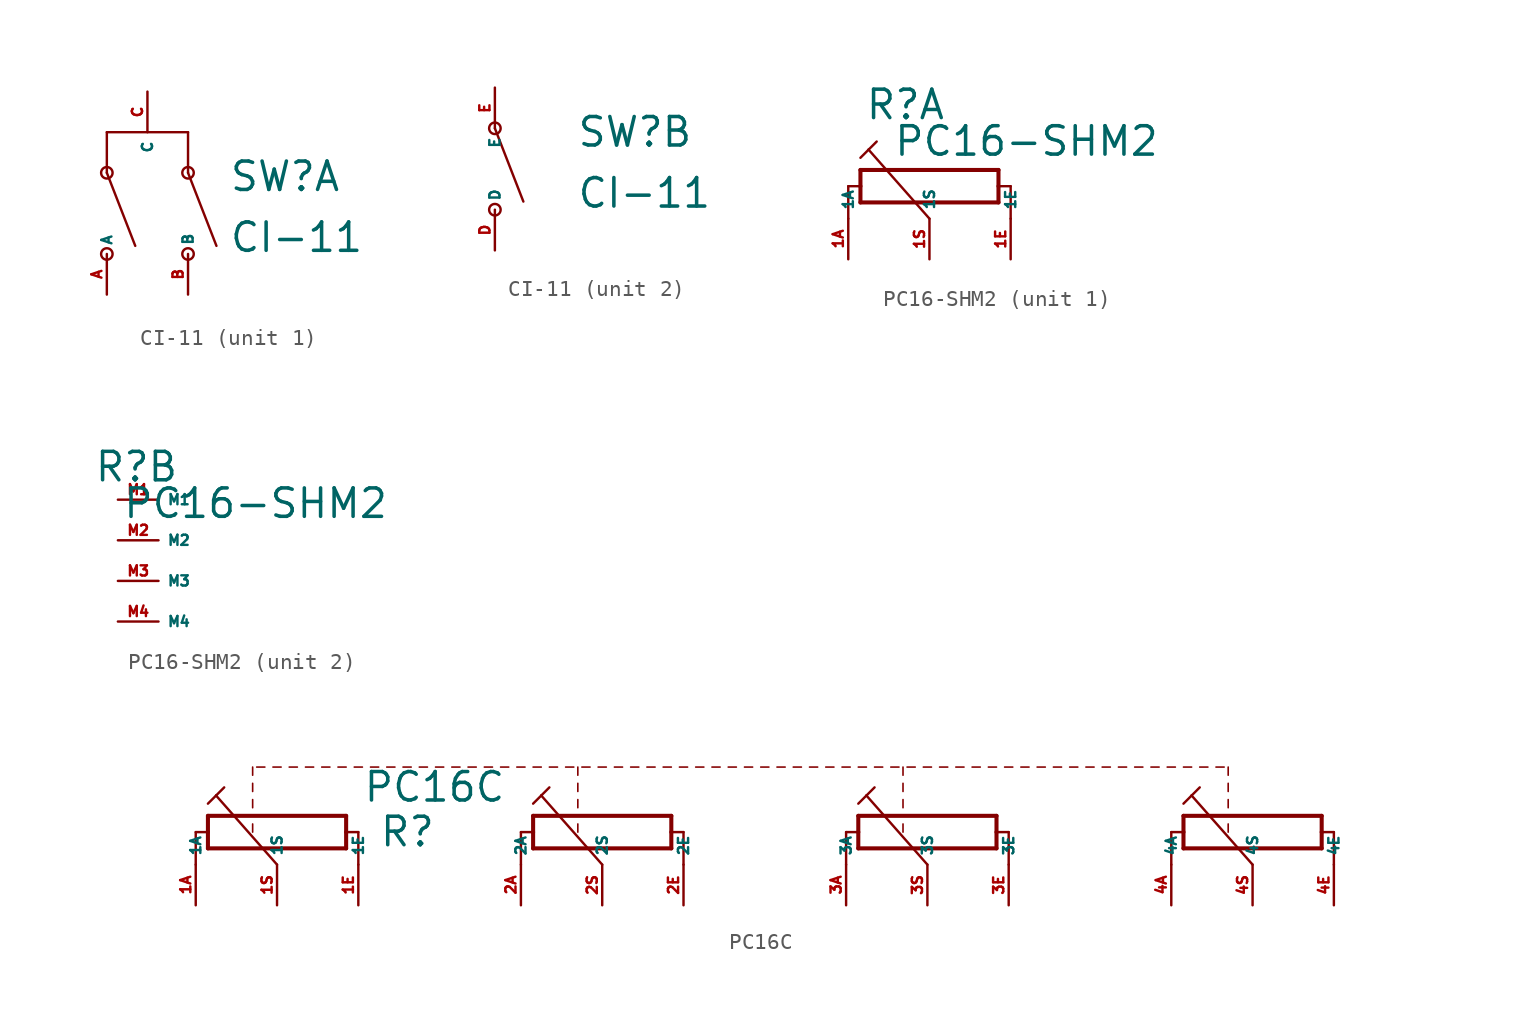
<source format=kicad_sym>
(kicad_symbol_lib
  (version 20220914)
  (generator Eagle2Kicad)
  (symbol "CI-11"
    (property "Reference" "SW"
      (at 5.08 1.27 0)
      (effects (font (size 1.778 1.778) (thickness 0.22)) (justify left bottom)))
    (property "Value" "CI-11"
      (at 5.08 -2.54 0)
      (effects (font (size 1.778 1.778) (thickness 0.22)) (justify left bottom)))
    (symbol "CI-11_1_0"
      (polyline (pts (xy -2.54 5.08) (xy -2.54 2.54)) (stroke (width 0.152) (type default)) (fill (type none)))
      (polyline (pts (xy -2.54 5.08) (xy 2.54 5.08)) (stroke (width 0.152) (type default)) (fill (type none)))
      (polyline (pts (xy 2.54 5.08) (xy 2.54 2.54)) (stroke (width 0.152) (type default)) (fill (type none)))
      (polyline (pts (xy -2.54 2.54) (xy -0.762 -2.032)) (stroke (width 0.152) (type default)) (fill (type none)))
      (polyline (pts (xy 2.54 2.54) (xy 4.318 -2.032)) (stroke (width 0.152) (type default)) (fill (type none)))
      (circle (center -2.54 -2.54) (radius 0.359) (stroke (width 0) (type default)) (fill (type none)))
      (circle (center 2.54 -2.54) (radius 0.359) (stroke (width 0) (type default)) (fill (type none)))
      (circle (center 2.54 2.54) (radius 0.359) (stroke (width 0) (type default)) (fill (type none)))
      (circle (center -2.54 2.54) (radius 0.359) (stroke (width 0) (type default)) (fill (type none)))
      (pin passive line (at -2.54 -5.08 90) (length 2.54) (name "A" (effects (font (size 0.635 0.635) (thickness 0.08)) (justify left bottom))) (number "A" (effects (font (size 0.635 0.635) (thickness 0.08)) (justify left bottom))))
      (pin passive line (at 2.54 -5.08 90) (length 2.54) (name "B" (effects (font (size 0.635 0.635) (thickness 0.08)) (justify left bottom))) (number "B" (effects (font (size 0.635 0.635) (thickness 0.08)) (justify left bottom))))
      (pin passive line (at 0 7.62 270) (length 2.54) (name "C" (effects (font (size 0.635 0.635) (thickness 0.08)) (justify left bottom))) (number "C" (effects (font (size 0.635 0.635) (thickness 0.08)) (justify left bottom)))))
    (symbol "CI-11_2_0"
      (polyline (pts (xy 0 2.54) (xy 1.778 -2.032)) (stroke (width 0.152) (type default)) (fill (type none)))
      (circle (center 0 -2.54) (radius 0.359) (stroke (width 0) (type default)) (fill (type none)))
      (circle (center 0 2.54) (radius 0.359) (stroke (width 0) (type default)) (fill (type none)))
      (pin passive line (at 0 -5.08 90) (length 2.54) (name "D" (effects (font (size 0.635 0.635) (thickness 0.08)) (justify left bottom))) (number "D" (effects (font (size 0.635 0.635) (thickness 0.08)) (justify left bottom))))
      (pin passive line (at 0 5.08 270) (length 2.54) (name "E" (effects (font (size 0.635 0.635) (thickness 0.08)) (justify left bottom))) (number "E" (effects (font (size 0.635 0.635) (thickness 0.08)) (justify left bottom))))))
  (symbol "PC16-SHM2"
    (property "Reference" "R"
      (at -4.064 3.556 0)
      (effects (font (size 1.778 1.778) (thickness 0.22)) (justify left bottom)))
    (property "Value" "PC16-SHM2"
      (at -2.286 1.27 0)
      (effects (font (size 1.778 1.778) (thickness 0.22)) (justify left bottom)))
    (symbol "PC16-SHM2_1_0"
      (polyline (pts (xy -4.318 -1.524) (xy -4.318 -0.508)) (stroke (width 0.254) (type default)) (fill (type none)))
      (polyline (pts (xy -4.318 -0.508) (xy -4.318 0.508)) (stroke (width 0.254) (type default)) (fill (type none)))
      (polyline (pts (xy -4.318 0.508) (xy 4.318 0.508)) (stroke (width 0.254) (type default)) (fill (type none)))
      (polyline (pts (xy 4.318 0.508) (xy 4.318 -0.508)) (stroke (width 0.254) (type default)) (fill (type none)))
      (polyline (pts (xy 4.318 -0.508) (xy 4.318 -1.524)) (stroke (width 0.254) (type default)) (fill (type none)))
      (polyline (pts (xy 4.318 -1.524) (xy -4.318 -1.524)) (stroke (width 0.254) (type default)) (fill (type none)))
      (polyline (pts (xy -5.08 -2.54) (xy -5.08 -0.508)) (stroke (width 0.152) (type default)) (fill (type none)))
      (polyline (pts (xy -5.08 -0.508) (xy -4.318 -0.508)) (stroke (width 0.152) (type default)) (fill (type none)))
      (polyline (pts (xy 5.08 -2.54) (xy 5.08 -0.508)) (stroke (width 0.152) (type default)) (fill (type none)))
      (polyline (pts (xy 5.08 -0.508) (xy 4.318 -0.508)) (stroke (width 0.152) (type default)) (fill (type none)))
      (polyline (pts (xy 0 -2.54) (xy -3.81 1.778)) (stroke (width 0.152) (type default)) (fill (type none)))
      (polyline (pts (xy -4.318 1.27) (xy -3.81 1.778)) (stroke (width 0.152) (type default)) (fill (type none)))
      (polyline (pts (xy -3.81 1.778) (xy -3.302 2.286)) (stroke (width 0.152) (type default)) (fill (type none)))
      (pin passive line (at -5.08 -5.08 90) (length 2.54) (name "1A" (effects (font (size 0.635 0.635) (thickness 0.08)) (justify left bottom))) (number "1A" (effects (font (size 0.635 0.635) (thickness 0.08)) (justify left bottom))))
      (pin passive line (at 0 -5.08 90) (length 2.54) (name "1S" (effects (font (size 0.635 0.635) (thickness 0.08)) (justify left bottom))) (number "1S" (effects (font (size 0.635 0.635) (thickness 0.08)) (justify left bottom))))
      (pin passive line (at 5.08 -5.08 90) (length 2.54) (name "1E" (effects (font (size 0.635 0.635) (thickness 0.08)) (justify left bottom))) (number "1E" (effects (font (size 0.635 0.635) (thickness 0.08)) (justify left bottom)))))
    (symbol "PC16-SHM2_2_0"
      (pin passive line (at -2.54 2.54 0) (length 2.54) (name "M1" (effects (font (size 0.635 0.635) (thickness 0.08)) (justify left bottom))) (number "M1" (effects (font (size 0.635 0.635) (thickness 0.08)) (justify left bottom))))
      (pin passive line (at -2.54 0 0) (length 2.54) (name "M2" (effects (font (size 0.635 0.635) (thickness 0.08)) (justify left bottom))) (number "M2" (effects (font (size 0.635 0.635) (thickness 0.08)) (justify left bottom))))
      (pin passive line (at -2.54 -2.54 0) (length 2.54) (name "M3" (effects (font (size 0.635 0.635) (thickness 0.08)) (justify left bottom))) (number "M3" (effects (font (size 0.635 0.635) (thickness 0.08)) (justify left bottom))))
      (pin passive line (at -2.54 -5.08 0) (length 2.54) (name "M4" (effects (font (size 0.635 0.635) (thickness 0.08)) (justify left bottom))) (number "M4" (effects (font (size 0.635 0.635) (thickness 0.08)) (justify left bottom))))))
  (symbol "PC16C"
    (property "Reference" "R"
      (at -24.13 -1.524 0)
      (effects (font (size 1.778 1.778) (thickness 0.22)) (justify left bottom)))
    (property "Value" "PC16C"
      (at -25.146 1.27 0)
      (effects (font (size 1.778 1.778) (thickness 0.22)) (justify left bottom)))
    (polyline
      (pts (xy -34.798 -1.524) (xy -34.798 -0.508))
      (stroke (width 0.254) (type default))
      (fill (type none)))
    (polyline
      (pts (xy -34.798 -0.508) (xy -34.798 0.508))
      (stroke (width 0.254) (type default))
      (fill (type none)))
    (polyline
      (pts (xy -34.798 0.508) (xy -26.162 0.508))
      (stroke (width 0.254) (type default))
      (fill (type none)))
    (polyline
      (pts (xy -26.162 0.508) (xy -26.162 -0.508))
      (stroke (width 0.254) (type default))
      (fill (type none)))
    (polyline
      (pts (xy -26.162 -0.508) (xy -26.162 -1.524))
      (stroke (width 0.254) (type default))
      (fill (type none)))
    (polyline
      (pts (xy -26.162 -1.524) (xy -34.798 -1.524))
      (stroke (width 0.254) (type default))
      (fill (type none)))
    (polyline
      (pts (xy -35.56 -2.54) (xy -35.56 -0.508))
      (stroke (width 0.152) (type default))
      (fill (type none)))
    (polyline
      (pts (xy -35.56 -0.508) (xy -34.798 -0.508))
      (stroke (width 0.152) (type default))
      (fill (type none)))
    (polyline
      (pts (xy -25.4 -2.54) (xy -25.4 -0.508))
      (stroke (width 0.152) (type default))
      (fill (type none)))
    (polyline
      (pts (xy -25.4 -0.508) (xy -26.162 -0.508))
      (stroke (width 0.152) (type default))
      (fill (type none)))
    (polyline
      (pts (xy -30.48 -2.54) (xy -34.29 1.778))
      (stroke (width 0.152) (type default))
      (fill (type none)))
    (polyline
      (pts (xy -34.798 1.27) (xy -34.29 1.778))
      (stroke (width 0.152) (type default))
      (fill (type none)))
    (polyline
      (pts (xy -34.29 1.778) (xy -33.782 2.286))
      (stroke (width 0.152) (type default))
      (fill (type none)))
    (polyline
      (pts (xy -32.004 -0.508) (xy -32.004 0))
      (stroke (width 0.102) (type default))
      (fill (type none)))
    (polyline
      (pts (xy -32.004 1.016) (xy -32.004 1.524))
      (stroke (width 0.102) (type default))
      (fill (type none)))
    (polyline
      (pts (xy -32.004 2.032) (xy -32.004 2.54))
      (stroke (width 0.102) (type default))
      (fill (type none)))
    (polyline
      (pts (xy -32.004 3.048) (xy -32.004 3.556))
      (stroke (width 0.102) (type default))
      (fill (type none)))
    (polyline
      (pts (xy -28.194 3.556) (xy -28.702 3.556))
      (stroke (width 0.102) (type default))
      (fill (type none)))
    (polyline
      (pts (xy -29.21 3.556) (xy -29.718 3.556))
      (stroke (width 0.102) (type default))
      (fill (type none)))
    (polyline
      (pts (xy -30.226 3.556) (xy -30.734 3.556))
      (stroke (width 0.102) (type default))
      (fill (type none)))
    (polyline
      (pts (xy -31.242 3.556) (xy -31.75 3.556))
      (stroke (width 0.102) (type default))
      (fill (type none)))
    (polyline
      (pts (xy -24.13 3.556) (xy -24.638 3.556))
      (stroke (width 0.102) (type default))
      (fill (type none)))
    (polyline
      (pts (xy -25.146 3.556) (xy -25.654 3.556))
      (stroke (width 0.102) (type default))
      (fill (type none)))
    (polyline
      (pts (xy -26.162 3.556) (xy -26.67 3.556))
      (stroke (width 0.102) (type default))
      (fill (type none)))
    (polyline
      (pts (xy -27.178 3.556) (xy -27.686 3.556))
      (stroke (width 0.102) (type default))
      (fill (type none)))
    (polyline
      (pts (xy -20.066 3.556) (xy -20.574 3.556))
      (stroke (width 0.102) (type default))
      (fill (type none)))
    (polyline
      (pts (xy -21.082 3.556) (xy -21.59 3.556))
      (stroke (width 0.102) (type default))
      (fill (type none)))
    (polyline
      (pts (xy -22.098 3.556) (xy -22.606 3.556))
      (stroke (width 0.102) (type default))
      (fill (type none)))
    (polyline
      (pts (xy -23.114 3.556) (xy -23.622 3.556))
      (stroke (width 0.102) (type default))
      (fill (type none)))
    (polyline
      (pts (xy -16.002 3.556) (xy -16.51 3.556))
      (stroke (width 0.102) (type default))
      (fill (type none)))
    (polyline
      (pts (xy -17.018 3.556) (xy -17.526 3.556))
      (stroke (width 0.102) (type default))
      (fill (type none)))
    (polyline
      (pts (xy -18.034 3.556) (xy -18.542 3.556))
      (stroke (width 0.102) (type default))
      (fill (type none)))
    (polyline
      (pts (xy -19.05 3.556) (xy -19.558 3.556))
      (stroke (width 0.102) (type default))
      (fill (type none)))
    (polyline
      (pts (xy -11.938 3.556) (xy -12.446 3.556))
      (stroke (width 0.102) (type default))
      (fill (type none)))
    (polyline
      (pts (xy -12.954 3.556) (xy -13.462 3.556))
      (stroke (width 0.102) (type default))
      (fill (type none)))
    (polyline
      (pts (xy -13.97 3.556) (xy -14.478 3.556))
      (stroke (width 0.102) (type default))
      (fill (type none)))
    (polyline
      (pts (xy -14.986 3.556) (xy -15.494 3.556))
      (stroke (width 0.102) (type default))
      (fill (type none)))
    (polyline
      (pts (xy -14.478 -1.524) (xy -14.478 -0.508))
      (stroke (width 0.254) (type default))
      (fill (type none)))
    (polyline
      (pts (xy -14.478 -0.508) (xy -14.478 0.508))
      (stroke (width 0.254) (type default))
      (fill (type none)))
    (polyline
      (pts (xy -14.478 0.508) (xy -5.842 0.508))
      (stroke (width 0.254) (type default))
      (fill (type none)))
    (polyline
      (pts (xy -5.842 0.508) (xy -5.842 -0.508))
      (stroke (width 0.254) (type default))
      (fill (type none)))
    (polyline
      (pts (xy -5.842 -0.508) (xy -5.842 -1.524))
      (stroke (width 0.254) (type default))
      (fill (type none)))
    (polyline
      (pts (xy -5.842 -1.524) (xy -14.478 -1.524))
      (stroke (width 0.254) (type default))
      (fill (type none)))
    (polyline
      (pts (xy -15.24 -2.54) (xy -15.24 -0.508))
      (stroke (width 0.152) (type default))
      (fill (type none)))
    (polyline
      (pts (xy -15.24 -0.508) (xy -14.478 -0.508))
      (stroke (width 0.152) (type default))
      (fill (type none)))
    (polyline
      (pts (xy -5.08 -2.54) (xy -5.08 -0.508))
      (stroke (width 0.152) (type default))
      (fill (type none)))
    (polyline
      (pts (xy -5.08 -0.508) (xy -5.842 -0.508))
      (stroke (width 0.152) (type default))
      (fill (type none)))
    (polyline
      (pts (xy -10.16 -2.54) (xy -13.97 1.778))
      (stroke (width 0.152) (type default))
      (fill (type none)))
    (polyline
      (pts (xy -14.478 1.27) (xy -13.97 1.778))
      (stroke (width 0.152) (type default))
      (fill (type none)))
    (polyline
      (pts (xy -13.97 1.778) (xy -13.462 2.286))
      (stroke (width 0.152) (type default))
      (fill (type none)))
    (polyline
      (pts (xy -11.684 -0.508) (xy -11.684 0))
      (stroke (width 0.102) (type default))
      (fill (type none)))
    (polyline
      (pts (xy -11.684 1.016) (xy -11.684 1.524))
      (stroke (width 0.102) (type default))
      (fill (type none)))
    (polyline
      (pts (xy -11.684 2.032) (xy -11.684 2.54))
      (stroke (width 0.102) (type default))
      (fill (type none)))
    (polyline
      (pts (xy -11.684 3.048) (xy -11.684 3.556))
      (stroke (width 0.102) (type default))
      (fill (type none)))
    (polyline
      (pts (xy -7.874 3.556) (xy -8.382 3.556))
      (stroke (width 0.102) (type default))
      (fill (type none)))
    (polyline
      (pts (xy -8.89 3.556) (xy -9.398 3.556))
      (stroke (width 0.102) (type default))
      (fill (type none)))
    (polyline
      (pts (xy -9.906 3.556) (xy -10.414 3.556))
      (stroke (width 0.102) (type default))
      (fill (type none)))
    (polyline
      (pts (xy -10.922 3.556) (xy -11.43 3.556))
      (stroke (width 0.102) (type default))
      (fill (type none)))
    (polyline
      (pts (xy -3.81 3.556) (xy -4.318 3.556))
      (stroke (width 0.102) (type default))
      (fill (type none)))
    (polyline
      (pts (xy -4.826 3.556) (xy -5.334 3.556))
      (stroke (width 0.102) (type default))
      (fill (type none)))
    (polyline
      (pts (xy -5.842 3.556) (xy -6.35 3.556))
      (stroke (width 0.102) (type default))
      (fill (type none)))
    (polyline
      (pts (xy -6.858 3.556) (xy -7.366 3.556))
      (stroke (width 0.102) (type default))
      (fill (type none)))
    (polyline
      (pts (xy 0.254 3.556) (xy -0.254 3.556))
      (stroke (width 0.102) (type default))
      (fill (type none)))
    (polyline
      (pts (xy -0.762 3.556) (xy -1.27 3.556))
      (stroke (width 0.102) (type default))
      (fill (type none)))
    (polyline
      (pts (xy -1.778 3.556) (xy -2.286 3.556))
      (stroke (width 0.102) (type default))
      (fill (type none)))
    (polyline
      (pts (xy -2.794 3.556) (xy -3.302 3.556))
      (stroke (width 0.102) (type default))
      (fill (type none)))
    (polyline
      (pts (xy 4.318 3.556) (xy 3.81 3.556))
      (stroke (width 0.102) (type default))
      (fill (type none)))
    (polyline
      (pts (xy 3.302 3.556) (xy 2.794 3.556))
      (stroke (width 0.102) (type default))
      (fill (type none)))
    (polyline
      (pts (xy 2.286 3.556) (xy 1.778 3.556))
      (stroke (width 0.102) (type default))
      (fill (type none)))
    (polyline
      (pts (xy 1.27 3.556) (xy 0.762 3.556))
      (stroke (width 0.102) (type default))
      (fill (type none)))
    (polyline
      (pts (xy 8.382 3.556) (xy 7.874 3.556))
      (stroke (width 0.102) (type default))
      (fill (type none)))
    (polyline
      (pts (xy 7.366 3.556) (xy 6.858 3.556))
      (stroke (width 0.102) (type default))
      (fill (type none)))
    (polyline
      (pts (xy 6.35 3.556) (xy 5.842 3.556))
      (stroke (width 0.102) (type default))
      (fill (type none)))
    (polyline
      (pts (xy 5.334 3.556) (xy 4.826 3.556))
      (stroke (width 0.102) (type default))
      (fill (type none)))
    (polyline
      (pts (xy 5.842 -1.524) (xy 5.842 -0.508))
      (stroke (width 0.254) (type default))
      (fill (type none)))
    (polyline
      (pts (xy 5.842 -0.508) (xy 5.842 0.508))
      (stroke (width 0.254) (type default))
      (fill (type none)))
    (polyline
      (pts (xy 5.842 0.508) (xy 14.478 0.508))
      (stroke (width 0.254) (type default))
      (fill (type none)))
    (polyline
      (pts (xy 14.478 0.508) (xy 14.478 -0.508))
      (stroke (width 0.254) (type default))
      (fill (type none)))
    (polyline
      (pts (xy 14.478 -0.508) (xy 14.478 -1.524))
      (stroke (width 0.254) (type default))
      (fill (type none)))
    (polyline
      (pts (xy 14.478 -1.524) (xy 5.842 -1.524))
      (stroke (width 0.254) (type default))
      (fill (type none)))
    (polyline
      (pts (xy 5.08 -2.54) (xy 5.08 -0.508))
      (stroke (width 0.152) (type default))
      (fill (type none)))
    (polyline
      (pts (xy 5.08 -0.508) (xy 5.842 -0.508))
      (stroke (width 0.152) (type default))
      (fill (type none)))
    (polyline
      (pts (xy 15.24 -2.54) (xy 15.24 -0.508))
      (stroke (width 0.152) (type default))
      (fill (type none)))
    (polyline
      (pts (xy 15.24 -0.508) (xy 14.478 -0.508))
      (stroke (width 0.152) (type default))
      (fill (type none)))
    (polyline
      (pts (xy 10.16 -2.54) (xy 6.35 1.778))
      (stroke (width 0.152) (type default))
      (fill (type none)))
    (polyline
      (pts (xy 5.842 1.27) (xy 6.35 1.778))
      (stroke (width 0.152) (type default))
      (fill (type none)))
    (polyline
      (pts (xy 6.35 1.778) (xy 6.858 2.286))
      (stroke (width 0.152) (type default))
      (fill (type none)))
    (polyline
      (pts (xy 8.636 -0.508) (xy 8.636 0))
      (stroke (width 0.102) (type default))
      (fill (type none)))
    (polyline
      (pts (xy 8.636 1.016) (xy 8.636 1.524))
      (stroke (width 0.102) (type default))
      (fill (type none)))
    (polyline
      (pts (xy 8.636 2.032) (xy 8.636 2.54))
      (stroke (width 0.102) (type default))
      (fill (type none)))
    (polyline
      (pts (xy 8.636 3.048) (xy 8.636 3.556))
      (stroke (width 0.102) (type default))
      (fill (type none)))
    (polyline
      (pts (xy 26.162 -1.524) (xy 26.162 -0.508))
      (stroke (width 0.254) (type default))
      (fill (type none)))
    (polyline
      (pts (xy 26.162 -0.508) (xy 26.162 0.508))
      (stroke (width 0.254) (type default))
      (fill (type none)))
    (polyline
      (pts (xy 26.162 0.508) (xy 34.798 0.508))
      (stroke (width 0.254) (type default))
      (fill (type none)))
    (polyline
      (pts (xy 34.798 0.508) (xy 34.798 -0.508))
      (stroke (width 0.254) (type default))
      (fill (type none)))
    (polyline
      (pts (xy 34.798 -0.508) (xy 34.798 -1.524))
      (stroke (width 0.254) (type default))
      (fill (type none)))
    (polyline
      (pts (xy 34.798 -1.524) (xy 26.162 -1.524))
      (stroke (width 0.254) (type default))
      (fill (type none)))
    (polyline
      (pts (xy 25.4 -2.54) (xy 25.4 -0.508))
      (stroke (width 0.152) (type default))
      (fill (type none)))
    (polyline
      (pts (xy 25.4 -0.508) (xy 26.162 -0.508))
      (stroke (width 0.152) (type default))
      (fill (type none)))
    (polyline
      (pts (xy 35.56 -2.54) (xy 35.56 -0.508))
      (stroke (width 0.152) (type default))
      (fill (type none)))
    (polyline
      (pts (xy 35.56 -0.508) (xy 34.798 -0.508))
      (stroke (width 0.152) (type default))
      (fill (type none)))
    (polyline
      (pts (xy 30.48 -2.54) (xy 26.67 1.778))
      (stroke (width 0.152) (type default))
      (fill (type none)))
    (polyline
      (pts (xy 26.162 1.27) (xy 26.67 1.778))
      (stroke (width 0.152) (type default))
      (fill (type none)))
    (polyline
      (pts (xy 26.67 1.778) (xy 27.178 2.286))
      (stroke (width 0.152) (type default))
      (fill (type none)))
    (polyline
      (pts (xy 28.956 -0.508) (xy 28.956 0))
      (stroke (width 0.102) (type default))
      (fill (type none)))
    (polyline
      (pts (xy 28.956 1.016) (xy 28.956 1.524))
      (stroke (width 0.102) (type default))
      (fill (type none)))
    (polyline
      (pts (xy 28.956 2.032) (xy 28.956 2.54))
      (stroke (width 0.102) (type default))
      (fill (type none)))
    (polyline
      (pts (xy 28.956 3.048) (xy 28.956 3.556))
      (stroke (width 0.102) (type default))
      (fill (type none)))
    (polyline
      (pts (xy 12.446 3.556) (xy 11.938 3.556))
      (stroke (width 0.102) (type default))
      (fill (type none)))
    (polyline
      (pts (xy 11.43 3.556) (xy 10.922 3.556))
      (stroke (width 0.102) (type default))
      (fill (type none)))
    (polyline
      (pts (xy 10.414 3.556) (xy 9.906 3.556))
      (stroke (width 0.102) (type default))
      (fill (type none)))
    (polyline
      (pts (xy 9.398 3.556) (xy 8.89 3.556))
      (stroke (width 0.102) (type default))
      (fill (type none)))
    (polyline
      (pts (xy 16.51 3.556) (xy 16.002 3.556))
      (stroke (width 0.102) (type default))
      (fill (type none)))
    (polyline
      (pts (xy 15.494 3.556) (xy 14.986 3.556))
      (stroke (width 0.102) (type default))
      (fill (type none)))
    (polyline
      (pts (xy 14.478 3.556) (xy 13.97 3.556))
      (stroke (width 0.102) (type default))
      (fill (type none)))
    (polyline
      (pts (xy 13.462 3.556) (xy 12.954 3.556))
      (stroke (width 0.102) (type default))
      (fill (type none)))
    (polyline
      (pts (xy 20.574 3.556) (xy 20.066 3.556))
      (stroke (width 0.102) (type default))
      (fill (type none)))
    (polyline
      (pts (xy 19.558 3.556) (xy 19.05 3.556))
      (stroke (width 0.102) (type default))
      (fill (type none)))
    (polyline
      (pts (xy 18.542 3.556) (xy 18.034 3.556))
      (stroke (width 0.102) (type default))
      (fill (type none)))
    (polyline
      (pts (xy 17.526 3.556) (xy 17.018 3.556))
      (stroke (width 0.102) (type default))
      (fill (type none)))
    (polyline
      (pts (xy 24.638 3.556) (xy 24.13 3.556))
      (stroke (width 0.102) (type default))
      (fill (type none)))
    (polyline
      (pts (xy 23.622 3.556) (xy 23.114 3.556))
      (stroke (width 0.102) (type default))
      (fill (type none)))
    (polyline
      (pts (xy 22.606 3.556) (xy 22.098 3.556))
      (stroke (width 0.102) (type default))
      (fill (type none)))
    (polyline
      (pts (xy 21.59 3.556) (xy 21.082 3.556))
      (stroke (width 0.102) (type default))
      (fill (type none)))
    (polyline
      (pts (xy 28.702 3.556) (xy 28.194 3.556))
      (stroke (width 0.102) (type default))
      (fill (type none)))
    (polyline
      (pts (xy 27.686 3.556) (xy 27.178 3.556))
      (stroke (width 0.102) (type default))
      (fill (type none)))
    (polyline
      (pts (xy 26.67 3.556) (xy 26.162 3.556))
      (stroke (width 0.102) (type default))
      (fill (type none)))
    (polyline
      (pts (xy 25.654 3.556) (xy 25.146 3.556))
      (stroke (width 0.102) (type default))
      (fill (type none)))
    (pin passive line
      (at -35.56 -5.08 90)
      (length 2.54)
      (name "1A" (effects (font (size 0.635 0.635) (thickness 0.08)) (justify left bottom)))
      (number "1A" (effects (font (size 0.635 0.635) (thickness 0.08)) (justify left bottom))))
    (pin passive line
      (at -30.48 -5.08 90)
      (length 2.54)
      (name "1S" (effects (font (size 0.635 0.635) (thickness 0.08)) (justify left bottom)))
      (number "1S" (effects (font (size 0.635 0.635) (thickness 0.08)) (justify left bottom))))
    (pin passive line
      (at -25.4 -5.08 90)
      (length 2.54)
      (name "1E" (effects (font (size 0.635 0.635) (thickness 0.08)) (justify left bottom)))
      (number "1E" (effects (font (size 0.635 0.635) (thickness 0.08)) (justify left bottom))))
    (pin passive line
      (at -15.24 -5.08 90)
      (length 2.54)
      (name "2A" (effects (font (size 0.635 0.635) (thickness 0.08)) (justify left bottom)))
      (number "2A" (effects (font (size 0.635 0.635) (thickness 0.08)) (justify left bottom))))
    (pin passive line
      (at -10.16 -5.08 90)
      (length 2.54)
      (name "2S" (effects (font (size 0.635 0.635) (thickness 0.08)) (justify left bottom)))
      (number "2S" (effects (font (size 0.635 0.635) (thickness 0.08)) (justify left bottom))))
    (pin passive line
      (at -5.08 -5.08 90)
      (length 2.54)
      (name "2E" (effects (font (size 0.635 0.635) (thickness 0.08)) (justify left bottom)))
      (number "2E" (effects (font (size 0.635 0.635) (thickness 0.08)) (justify left bottom))))
    (pin passive line
      (at 5.08 -5.08 90)
      (length 2.54)
      (name "3A" (effects (font (size 0.635 0.635) (thickness 0.08)) (justify left bottom)))
      (number "3A" (effects (font (size 0.635 0.635) (thickness 0.08)) (justify left bottom))))
    (pin passive line
      (at 10.16 -5.08 90)
      (length 2.54)
      (name "3S" (effects (font (size 0.635 0.635) (thickness 0.08)) (justify left bottom)))
      (number "3S" (effects (font (size 0.635 0.635) (thickness 0.08)) (justify left bottom))))
    (pin passive line
      (at 15.24 -5.08 90)
      (length 2.54)
      (name "3E" (effects (font (size 0.635 0.635) (thickness 0.08)) (justify left bottom)))
      (number "3E" (effects (font (size 0.635 0.635) (thickness 0.08)) (justify left bottom))))
    (pin passive line
      (at 25.4 -5.08 90)
      (length 2.54)
      (name "4A" (effects (font (size 0.635 0.635) (thickness 0.08)) (justify left bottom)))
      (number "4A" (effects (font (size 0.635 0.635) (thickness 0.08)) (justify left bottom))))
    (pin passive line
      (at 30.48 -5.08 90)
      (length 2.54)
      (name "4S" (effects (font (size 0.635 0.635) (thickness 0.08)) (justify left bottom)))
      (number "4S" (effects (font (size 0.635 0.635) (thickness 0.08)) (justify left bottom))))
    (pin passive line
      (at 35.56 -5.08 90)
      (length 2.54)
      (name "4E" (effects (font (size 0.635 0.635) (thickness 0.08)) (justify left bottom)))
      (number "4E" (effects (font (size 0.635 0.635) (thickness 0.08)) (justify left bottom))))))
</source>
